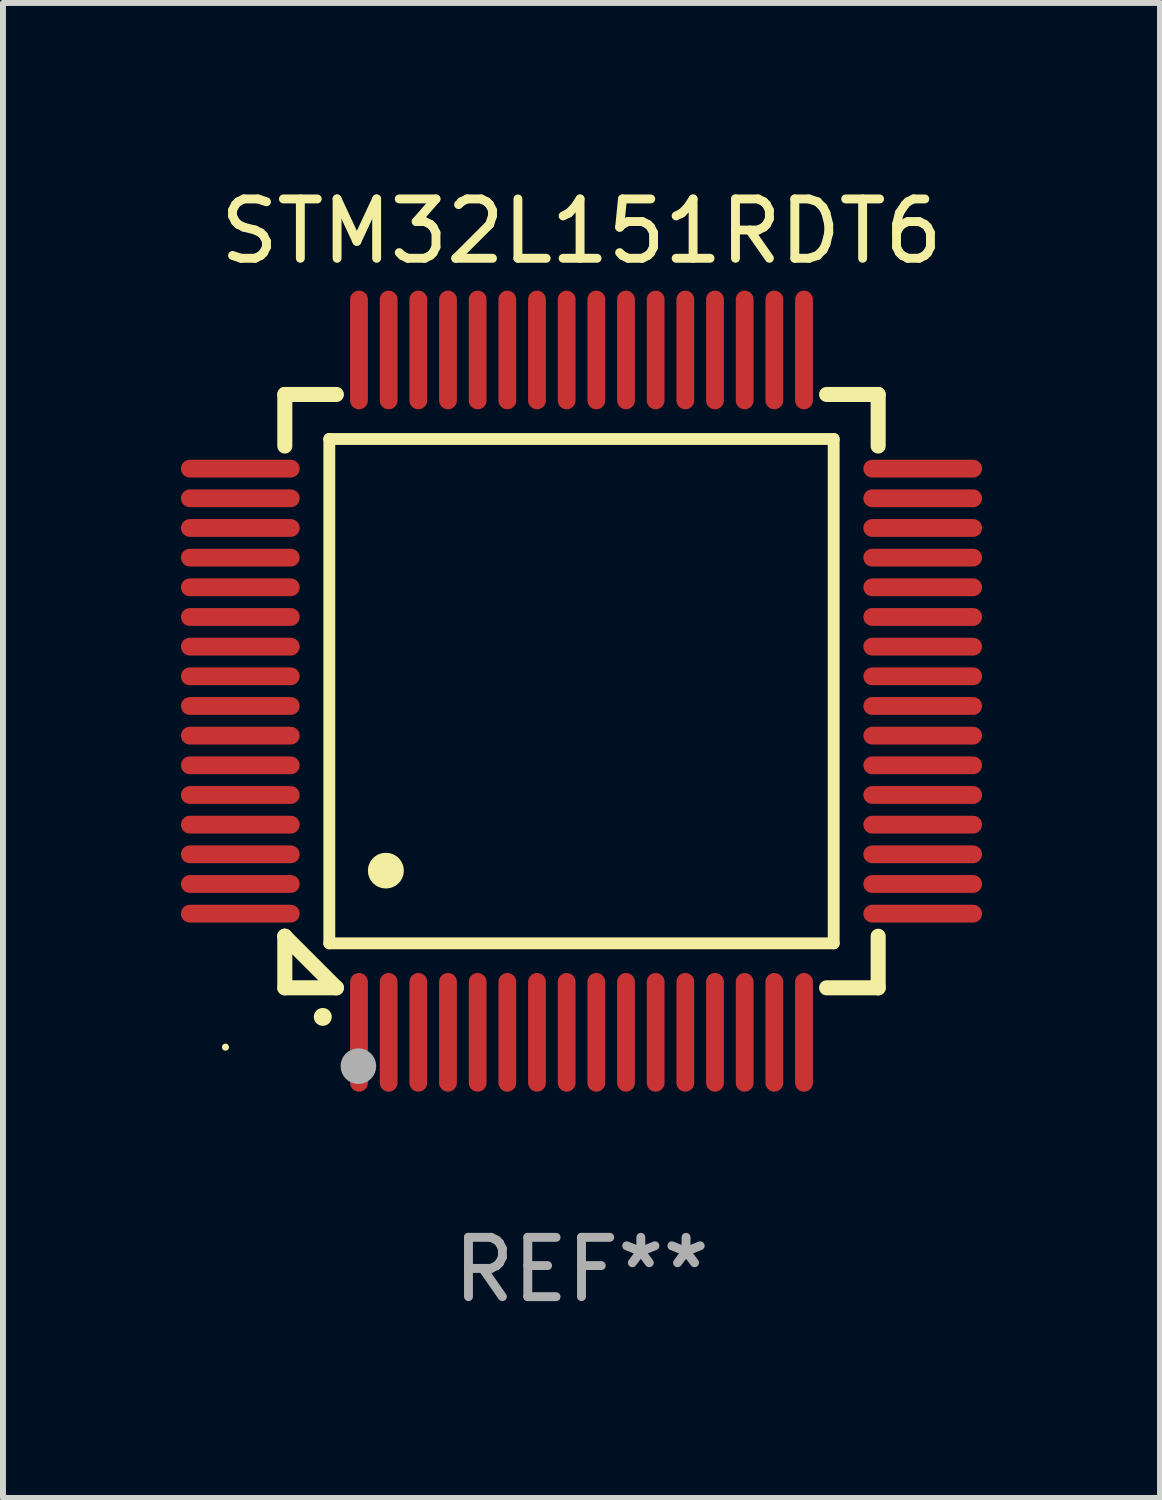
<source format=kicad_pcb>
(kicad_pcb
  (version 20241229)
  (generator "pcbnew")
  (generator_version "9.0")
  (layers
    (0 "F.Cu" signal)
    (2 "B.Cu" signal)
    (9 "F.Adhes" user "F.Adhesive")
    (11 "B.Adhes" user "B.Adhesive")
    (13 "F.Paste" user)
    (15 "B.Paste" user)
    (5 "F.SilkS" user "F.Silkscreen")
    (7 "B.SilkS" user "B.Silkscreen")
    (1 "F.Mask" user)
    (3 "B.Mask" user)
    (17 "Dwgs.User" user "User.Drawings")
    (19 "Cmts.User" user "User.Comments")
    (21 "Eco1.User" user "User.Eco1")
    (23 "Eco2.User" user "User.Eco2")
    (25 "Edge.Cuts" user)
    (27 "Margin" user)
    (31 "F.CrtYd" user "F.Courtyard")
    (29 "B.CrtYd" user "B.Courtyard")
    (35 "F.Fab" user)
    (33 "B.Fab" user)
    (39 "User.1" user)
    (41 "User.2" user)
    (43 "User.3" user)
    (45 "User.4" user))
  (footprint "STM32L151RDT6"
    (layer "F.Cu")
    (at 6.75 8.598)
    (property "Reference" "STM32L151RDT6" (at 0 -7.75 0) (layer "F.SilkS") (effects (font (size 1 1) (thickness 0.15))))
    (attr through_hole)
    (fp_line (start -5 -5) (end -4.131 -5) (stroke (width 0.254) (type solid)) (layer "F.SilkS"))
    (fp_line (start -5 -4.131) (end -5 -5) (stroke (width 0.254) (type solid)) (layer "F.SilkS"))
    (fp_line (start -5 4.131) (end -5 4.131) (stroke (width 0.254) (type solid)) (layer "F.SilkS"))
    (fp_line (start -5 5) (end -5 4.131) (stroke (width 0.254) (type solid)) (layer "F.SilkS"))
    (fp_line (start -5 4.131) (end -4.131 5) (stroke (width 0.254) (type solid)) (layer "F.SilkS"))
    (fp_line (start -4.25 -4.25) (end -4.25 4.25) (stroke (width 0.2) (type solid)) (layer "F.SilkS"))
    (fp_line (start -4.25 4.25) (end 4.25 4.25) (stroke (width 0.2) (type solid)) (layer "F.SilkS"))
    (fp_line (start -4.131 5) (end -5 5) (stroke (width 0.254) (type solid)) (layer "F.SilkS"))
    (fp_line (start 4.25 -4.25) (end -4.25 -4.25) (stroke (width 0.2) (type solid)) (layer "F.SilkS"))
    (fp_line (start 4.25 4.25) (end 4.25 -4.25) (stroke (width 0.2) (type solid)) (layer "F.SilkS"))
    (fp_line (start 5 -5) (end 4.131 -5) (stroke (width 0.254) (type solid)) (layer "F.SilkS"))
    (fp_line (start 5 -5) (end 5 -4.131) (stroke (width 0.254) (type solid)) (layer "F.SilkS"))
    (fp_line (start 5 4.131) (end 5 5) (stroke (width 0.254) (type solid)) (layer "F.SilkS"))
    (fp_line (start 5 5) (end 4.131 5) (stroke (width 0.254) (type solid)) (layer "F.SilkS"))
    (fp_arc (start -4.361265 5.489992) (mid -4.359995 5.489987) (end -4.358725 5.489992) (stroke (width 0.3) (type solid)) (layer "F.SilkS"))
    (fp_arc (start -3.299467 3.025146) (mid -3.296927 3.025135) (end -3.294387 3.025146) (stroke (width 0.6) (type solid)) (layer "F.SilkS"))
    (fp_circle (center -6 6) (end -5.97 6) (stroke (width 0.06) (type solid)) (fill no) (layer "F.SilkS"))
    (fp_circle (center -3.76 6.32) (end -3.61 6.32) (stroke (width 0.3) (type solid)) (fill no) (layer "F.Fab"))
    (fp_text user "REF**" (at 0 9.75 0) (layer "F.Fab") (effects (font (size 1 1) (thickness 0.15))))
    (pad "1" smd oval (at -3.75 5.75) (size 0.3 2) (layers "F.Cu" "F.Mask" "F.Paste"))
    (pad "2" smd oval (at -3.25 5.75) (size 0.3 2) (layers "F.Cu" "F.Mask" "F.Paste"))
    (pad "3" smd oval (at -2.75 5.75) (size 0.3 2) (layers "F.Cu" "F.Mask" "F.Paste"))
    (pad "4" smd oval (at -2.25 5.75) (size 0.3 2) (layers "F.Cu" "F.Mask" "F.Paste"))
    (pad "5" smd oval (at -1.75 5.75) (size 0.3 2) (layers "F.Cu" "F.Mask" "F.Paste"))
    (pad "6" smd oval (at -1.25 5.75) (size 0.3 2) (layers "F.Cu" "F.Mask" "F.Paste"))
    (pad "7" smd oval (at -0.75 5.75) (size 0.3 2) (layers "F.Cu" "F.Mask" "F.Paste"))
    (pad "8" smd oval (at -0.25 5.75) (size 0.3 2) (layers "F.Cu" "F.Mask" "F.Paste"))
    (pad "9" smd oval (at 0.25 5.75) (size 0.3 2) (layers "F.Cu" "F.Mask" "F.Paste"))
    (pad "10" smd oval (at 0.75 5.75) (size 0.3 2) (layers "F.Cu" "F.Mask" "F.Paste"))
    (pad "11" smd oval (at 1.25 5.75) (size 0.3 2) (layers "F.Cu" "F.Mask" "F.Paste"))
    (pad "12" smd oval (at 1.75 5.75) (size 0.3 2) (layers "F.Cu" "F.Mask" "F.Paste"))
    (pad "13" smd oval (at 2.25 5.75) (size 0.3 2) (layers "F.Cu" "F.Mask" "F.Paste"))
    (pad "14" smd oval (at 2.75 5.75) (size 0.3 2) (layers "F.Cu" "F.Mask" "F.Paste"))
    (pad "15" smd oval (at 3.25 5.75) (size 0.3 2) (layers "F.Cu" "F.Mask" "F.Paste"))
    (pad "16" smd oval (at 3.75 5.75) (size 0.3 2) (layers "F.Cu" "F.Mask" "F.Paste"))
    (pad "17" smd oval (at 5.75 3.75) (size 2 0.3) (layers "F.Cu" "F.Mask" "F.Paste"))
    (pad "18" smd oval (at 5.75 3.25) (size 2 0.3) (layers "F.Cu" "F.Mask" "F.Paste"))
    (pad "19" smd oval (at 5.75 2.75) (size 2 0.3) (layers "F.Cu" "F.Mask" "F.Paste"))
    (pad "20" smd oval (at 5.75 2.25) (size 2 0.3) (layers "F.Cu" "F.Mask" "F.Paste"))
    (pad "21" smd oval (at 5.75 1.75) (size 2 0.3) (layers "F.Cu" "F.Mask" "F.Paste"))
    (pad "22" smd oval (at 5.75 1.25) (size 2 0.3) (layers "F.Cu" "F.Mask" "F.Paste"))
    (pad "23" smd oval (at 5.75 0.75) (size 2 0.3) (layers "F.Cu" "F.Mask" "F.Paste"))
    (pad "24" smd oval (at 5.75 0.25) (size 2 0.3) (layers "F.Cu" "F.Mask" "F.Paste"))
    (pad "25" smd oval (at 5.75 -0.25) (size 2 0.3) (layers "F.Cu" "F.Mask" "F.Paste"))
    (pad "26" smd oval (at 5.75 -0.75) (size 2 0.3) (layers "F.Cu" "F.Mask" "F.Paste"))
    (pad "27" smd oval (at 5.75 -1.25) (size 2 0.3) (layers "F.Cu" "F.Mask" "F.Paste"))
    (pad "28" smd oval (at 5.75 -1.75) (size 2 0.3) (layers "F.Cu" "F.Mask" "F.Paste"))
    (pad "29" smd oval (at 5.75 -2.25) (size 2 0.3) (layers "F.Cu" "F.Mask" "F.Paste"))
    (pad "30" smd oval (at 5.75 -2.75) (size 2 0.3) (layers "F.Cu" "F.Mask" "F.Paste"))
    (pad "31" smd oval (at 5.75 -3.25) (size 2 0.3) (layers "F.Cu" "F.Mask" "F.Paste"))
    (pad "32" smd oval (at 5.75 -3.75) (size 2 0.3) (layers "F.Cu" "F.Mask" "F.Paste"))
    (pad "33" smd oval (at 3.75 -5.75) (size 0.3 2) (layers "F.Cu" "F.Mask" "F.Paste"))
    (pad "34" smd oval (at 3.25 -5.75) (size 0.3 2) (layers "F.Cu" "F.Mask" "F.Paste"))
    (pad "35" smd oval (at 2.75 -5.75) (size 0.3 2) (layers "F.Cu" "F.Mask" "F.Paste"))
    (pad "36" smd oval (at 2.25 -5.75) (size 0.3 2) (layers "F.Cu" "F.Mask" "F.Paste"))
    (pad "37" smd oval (at 1.75 -5.75) (size 0.3 2) (layers "F.Cu" "F.Mask" "F.Paste"))
    (pad "38" smd oval (at 1.25 -5.75) (size 0.3 2) (layers "F.Cu" "F.Mask" "F.Paste"))
    (pad "39" smd oval (at 0.75 -5.75) (size 0.3 2) (layers "F.Cu" "F.Mask" "F.Paste"))
    (pad "40" smd oval (at 0.25 -5.75) (size 0.3 2) (layers "F.Cu" "F.Mask" "F.Paste"))
    (pad "41" smd oval (at -0.25 -5.75) (size 0.3 2) (layers "F.Cu" "F.Mask" "F.Paste"))
    (pad "42" smd oval (at -0.75 -5.75) (size 0.3 2) (layers "F.Cu" "F.Mask" "F.Paste"))
    (pad "43" smd oval (at -1.25 -5.75) (size 0.3 2) (layers "F.Cu" "F.Mask" "F.Paste"))
    (pad "44" smd oval (at -1.75 -5.75) (size 0.3 2) (layers "F.Cu" "F.Mask" "F.Paste"))
    (pad "45" smd oval (at -2.25 -5.75) (size 0.3 2) (layers "F.Cu" "F.Mask" "F.Paste"))
    (pad "46" smd oval (at -2.75 -5.75) (size 0.3 2) (layers "F.Cu" "F.Mask" "F.Paste"))
    (pad "47" smd oval (at -3.25 -5.75) (size 0.3 2) (layers "F.Cu" "F.Mask" "F.Paste"))
    (pad "48" smd oval (at -3.75 -5.75) (size 0.3 2) (layers "F.Cu" "F.Mask" "F.Paste"))
    (pad "49" smd oval (at -5.75 -3.75) (size 2 0.3) (layers "F.Cu" "F.Mask" "F.Paste"))
    (pad "50" smd oval (at -5.75 -3.25) (size 2 0.3) (layers "F.Cu" "F.Mask" "F.Paste"))
    (pad "51" smd oval (at -5.75 -2.75) (size 2 0.3) (layers "F.Cu" "F.Mask" "F.Paste"))
    (pad "52" smd oval (at -5.75 -2.25) (size 2 0.3) (layers "F.Cu" "F.Mask" "F.Paste"))
    (pad "53" smd oval (at -5.75 -1.75) (size 2 0.3) (layers "F.Cu" "F.Mask" "F.Paste"))
    (pad "54" smd oval (at -5.75 -1.25) (size 2 0.3) (layers "F.Cu" "F.Mask" "F.Paste"))
    (pad "55" smd oval (at -5.75 -0.75) (size 2 0.3) (layers "F.Cu" "F.Mask" "F.Paste"))
    (pad "56" smd oval (at -5.75 -0.25) (size 2 0.3) (layers "F.Cu" "F.Mask" "F.Paste"))
    (pad "57" smd oval (at -5.75 0.25) (size 2 0.3) (layers "F.Cu" "F.Mask" "F.Paste"))
    (pad "58" smd oval (at -5.75 0.75) (size 2 0.3) (layers "F.Cu" "F.Mask" "F.Paste"))
    (pad "59" smd oval (at -5.75 1.25) (size 2 0.3) (layers "F.Cu" "F.Mask" "F.Paste"))
    (pad "60" smd oval (at -5.75 1.75) (size 2 0.3) (layers "F.Cu" "F.Mask" "F.Paste"))
    (pad "61" smd oval (at -5.75 2.25) (size 2 0.3) (layers "F.Cu" "F.Mask" "F.Paste"))
    (pad "62" smd oval (at -5.75 2.75) (size 2 0.3) (layers "F.Cu" "F.Mask" "F.Paste"))
    (pad "63" smd oval (at -5.75 3.25) (size 2 0.3) (layers "F.Cu" "F.Mask" "F.Paste"))
    (pad "64" smd oval (at -5.75 3.75) (size 2 0.3) (layers "F.Cu" "F.Mask" "F.Paste")))
  (gr_rect
    (start -3 -3)
    (end 16.5 22.196)
    (stroke (width 0.1) (type default))
    (fill no)
    (layer "Edge.Cuts")))
</source>
